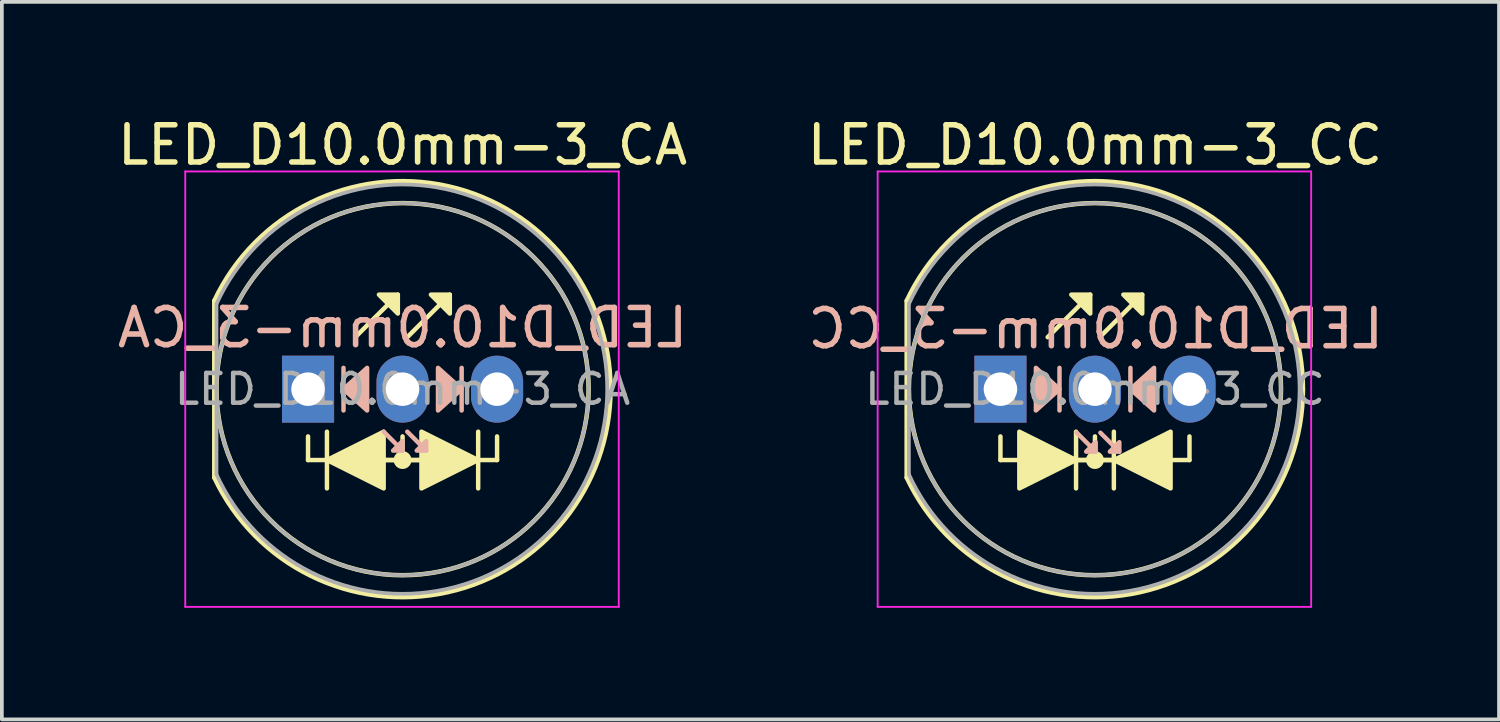
<source format=kicad_pcb>
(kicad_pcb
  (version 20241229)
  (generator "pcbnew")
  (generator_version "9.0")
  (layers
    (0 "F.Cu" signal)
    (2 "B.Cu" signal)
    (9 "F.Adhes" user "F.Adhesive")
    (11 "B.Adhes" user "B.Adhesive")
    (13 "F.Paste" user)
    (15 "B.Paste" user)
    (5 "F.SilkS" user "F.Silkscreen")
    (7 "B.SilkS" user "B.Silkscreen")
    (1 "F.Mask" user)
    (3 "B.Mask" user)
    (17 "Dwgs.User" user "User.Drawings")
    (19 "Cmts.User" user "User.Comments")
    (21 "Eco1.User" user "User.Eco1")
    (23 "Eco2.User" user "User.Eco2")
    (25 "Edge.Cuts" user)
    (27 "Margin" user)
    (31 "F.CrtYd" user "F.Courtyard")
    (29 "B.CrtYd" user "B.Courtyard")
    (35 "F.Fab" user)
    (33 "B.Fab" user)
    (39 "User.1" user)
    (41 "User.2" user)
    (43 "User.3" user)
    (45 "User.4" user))
  (footprint "LED_D10.0mm-3_CA"
    (layer "F.Cu")
    (at 5.228 7.408)
    (property "Reference" "LED_D10.0mm-3_CA" (at 2.54 -6.56 0) (layer "F.SilkS") (effects (font (size 1 1) (thickness 0.15))))
    (fp_line (start -2.52 -2.376) (end -2.52 2.376) (stroke (width 0.12) (type solid)) (layer "F.SilkS"))
    (fp_line (start 0 1.905) (end 0 1.27) (stroke (width 0.12) (type solid)) (layer "F.SilkS"))
    (fp_line (start 0.508 1.143) (end 0.508 2.667) (stroke (width 0.12) (type solid)) (layer "F.SilkS"))
    (fp_line (start 0.508 1.905) (end 0 1.905) (stroke (width 0.12) (type solid)) (layer "F.SilkS"))
    (fp_line (start 1.27 -1.397) (end 2.413 -2.54) (stroke (width 0.12) (type solid)) (layer "F.SilkS"))
    (fp_line (start 2.032 1.905) (end 3.048 1.905) (stroke (width 0.12) (type solid)) (layer "F.SilkS"))
    (fp_line (start 2.54 1.905) (end 2.54 1.27) (stroke (width 0.12) (type solid)) (layer "F.SilkS"))
    (fp_line (start 2.667 -1.397) (end 3.81 -2.54) (stroke (width 0.12) (type solid)) (layer "F.SilkS"))
    (fp_line (start 3.048 1.905) (end 2.032 1.905) (stroke (width 0.12) (type solid)) (layer "F.SilkS"))
    (fp_line (start 4.572 1.905) (end 5.08 1.905) (stroke (width 0.12) (type solid)) (layer "F.SilkS"))
    (fp_line (start 4.572 2.667) (end 4.572 1.143) (stroke (width 0.12) (type solid)) (layer "F.SilkS"))
    (fp_line (start 5.08 1.905) (end 5.08 1.27) (stroke (width 0.12) (type solid)) (layer "F.SilkS"))
    (fp_arc (start -2.52 -2.375816) (mid 3.754794 -5.456407) (end 8.129998 -0.004741) (stroke (width 0.12) (type solid)) (layer "F.SilkS"))
    (fp_arc (start 8.129998 0.004741) (mid 3.754794 5.456407) (end -2.52 2.375816) (stroke (width 0.12) (type solid)) (layer "F.SilkS"))
    (fp_circle (center 2.54 0) (end 7.54 0) (stroke (width 0.12) (type solid)) (fill no) (layer "F.SilkS"))
    (fp_circle (center 2.54 1.905) (end 2.72 1.905) (stroke (width 0.12) (type solid)) (fill yes) (layer "F.SilkS"))
    (fp_poly (pts (xy 2.032 2.667) (xy 0.508 1.905) (xy 2.032 1.143)) (stroke (width 0.12) (type solid)) (fill yes) (layer "F.SilkS"))
    (fp_poly (pts (xy 2.413 -2.032) (xy 1.905 -2.54) (xy 2.413 -2.54)) (stroke (width 0.12) (type solid)) (fill yes) (layer "F.SilkS"))
    (fp_poly (pts (xy 3.048 1.143) (xy 4.572 1.905) (xy 3.048 2.667)) (stroke (width 0.12) (type solid)) (fill yes) (layer "F.SilkS"))
    (fp_poly (pts (xy 3.81 -2.032) (xy 3.302 -2.54) (xy 3.81 -2.54)) (stroke (width 0.12) (type solid)) (fill yes) (layer "F.SilkS"))
    (fp_line (start 0.953 -0.572) (end 0.953 0.572) (stroke (width 0.12) (type solid)) (layer "B.SilkS"))
    (fp_line (start 2.54 1.651) (end 2.032 1.143) (stroke (width 0.12) (type solid)) (layer "B.SilkS"))
    (fp_line (start 3.175 1.651) (end 2.667 1.143) (stroke (width 0.12) (type solid)) (layer "B.SilkS"))
    (fp_line (start 4.128 0.572) (end 4.128 -0.572) (stroke (width 0.12) (type solid)) (layer "B.SilkS"))
    (fp_poly (pts (xy 1.587 0.572) (xy 0.953 0) (xy 1.587 -0.572)) (stroke (width 0.12) (type solid)) (fill yes) (layer "B.SilkS"))
    (fp_poly (pts (xy 2.54 1.397) (xy 2.286 1.651) (xy 2.54 1.651)) (stroke (width 0.12) (type solid)) (fill yes) (layer "B.SilkS"))
    (fp_poly (pts (xy 3.175 1.397) (xy 2.921 1.651) (xy 3.175 1.651)) (stroke (width 0.12) (type solid)) (fill yes) (layer "B.SilkS"))
    (fp_poly (pts (xy 3.493 0.572) (xy 4.128 0) (xy 3.493 -0.572)) (stroke (width 0.12) (type solid)) (fill yes) (layer "B.SilkS"))
    (fp_line (start -3.3 -5.85) (end -3.3 5.85) (stroke (width 0.05) (type solid)) (layer "F.CrtYd"))
    (fp_line (start -3.3 5.85) (end 8.35 5.85) (stroke (width 0.05) (type solid)) (layer "F.CrtYd"))
    (fp_line (start 8.35 -5.85) (end -3.3 -5.85) (stroke (width 0.05) (type solid)) (layer "F.CrtYd"))
    (fp_line (start 8.35 5.85) (end 8.35 -5.85) (stroke (width 0.05) (type solid)) (layer "F.CrtYd"))
    (fp_line (start -2.46 -2.291) (end -2.46 2.291) (stroke (width 0.1) (type solid)) (layer "F.Fab"))
    (fp_arc (start -2.46 -2.291288) (mid 8.04 0.001918) (end -2.461597 2.2878) (stroke (width 0.1) (type solid)) (layer "F.Fab"))
    (fp_circle (center 2.54 0) (end 7.54 0) (stroke (width 0.1) (type solid)) (fill no) (layer "F.Fab"))
    (fp_text user "${REFERENCE}" (at 2.54 -1.651 0) (layer "B.SilkS") (effects (font (size 1 1) (thickness 0.15)) (justify mirror)))
    (fp_text user "${REFERENCE}" (at 2.54 0 0) (layer "F.Fab") (effects (font (size 0.8 0.8) (thickness 0.12))))
    (pad "1" thru_hole rect (at 0 0) (size 1.4 1.8) (drill 0.9) (layers "*.Cu" "*.Mask"))
    (pad "2" thru_hole oval (at 2.54 0) (size 1.4 1.8) (drill 0.9) (layers "*.Cu" "*.Mask"))
    (pad "3" thru_hole oval (at 5.08 0) (size 1.4 1.8) (drill 0.9) (layers "*.Cu" "*.Mask")))
  (footprint "LED_D10.0mm-3_CC"
    (layer "F.Cu")
    (at 23.835 7.408)
    (property "Reference" "LED_D10.0mm-3_CC" (at 2.54 -6.56 0) (layer "F.SilkS") (effects (font (size 1 1) (thickness 0.15))))
    (fp_line (start -2.52 -2.376) (end -2.52 2.376) (stroke (width 0.12) (type solid)) (layer "F.SilkS"))
    (fp_line (start 0 1.905) (end 0 1.27) (stroke (width 0.12) (type solid)) (layer "F.SilkS"))
    (fp_line (start 0.508 1.905) (end 0 1.905) (stroke (width 0.12) (type solid)) (layer "F.SilkS"))
    (fp_line (start 1.27 -1.397) (end 2.413 -2.54) (stroke (width 0.12) (type solid)) (layer "F.SilkS"))
    (fp_line (start 2.032 1.905) (end 3.048 1.905) (stroke (width 0.12) (type solid)) (layer "F.SilkS"))
    (fp_line (start 2.032 2.667) (end 2.032 1.143) (stroke (width 0.12) (type solid)) (layer "F.SilkS"))
    (fp_line (start 2.54 1.905) (end 2.54 1.27) (stroke (width 0.12) (type solid)) (layer "F.SilkS"))
    (fp_line (start 2.667 -1.397) (end 3.81 -2.54) (stroke (width 0.12) (type solid)) (layer "F.SilkS"))
    (fp_line (start 3.048 1.143) (end 3.048 2.667) (stroke (width 0.12) (type solid)) (layer "F.SilkS"))
    (fp_line (start 3.048 1.905) (end 2.032 1.905) (stroke (width 0.12) (type solid)) (layer "F.SilkS"))
    (fp_line (start 4.572 1.905) (end 5.08 1.905) (stroke (width 0.12) (type solid)) (layer "F.SilkS"))
    (fp_line (start 5.08 1.905) (end 5.08 1.27) (stroke (width 0.12) (type solid)) (layer "F.SilkS"))
    (fp_arc (start -2.52 -2.375816) (mid 3.754794 -5.456407) (end 8.129998 -0.004741) (stroke (width 0.12) (type solid)) (layer "F.SilkS"))
    (fp_arc (start 8.129998 0.004741) (mid 3.754794 5.456407) (end -2.52 2.375816) (stroke (width 0.12) (type solid)) (layer "F.SilkS"))
    (fp_circle (center 2.54 0) (end 7.54 0) (stroke (width 0.12) (type solid)) (fill no) (layer "F.SilkS"))
    (fp_circle (center 2.54 1.905) (end 2.72 1.905) (stroke (width 0.12) (type solid)) (fill yes) (layer "F.SilkS"))
    (fp_poly (pts (xy 0.508 1.143) (xy 2.032 1.905) (xy 0.508 2.667)) (stroke (width 0.12) (type solid)) (fill yes) (layer "F.SilkS"))
    (fp_poly (pts (xy 2.413 -2.032) (xy 1.905 -2.54) (xy 2.413 -2.54)) (stroke (width 0.12) (type solid)) (fill yes) (layer "F.SilkS"))
    (fp_poly (pts (xy 3.81 -2.032) (xy 3.302 -2.54) (xy 3.81 -2.54)) (stroke (width 0.12) (type solid)) (fill yes) (layer "F.SilkS"))
    (fp_poly (pts (xy 4.572 2.667) (xy 3.048 1.905) (xy 4.572 1.143)) (stroke (width 0.12) (type solid)) (fill yes) (layer "F.SilkS"))
    (fp_line (start 1.587 0.572) (end 1.587 -0.572) (stroke (width 0.12) (type solid)) (layer "B.SilkS"))
    (fp_line (start 2.559 1.679) (end 2.051 1.171) (stroke (width 0.12) (type solid)) (layer "B.SilkS"))
    (fp_line (start 3.194 1.679) (end 2.686 1.171) (stroke (width 0.12) (type solid)) (layer "B.SilkS"))
    (fp_line (start 3.493 -0.572) (end 3.493 0.572) (stroke (width 0.12) (type solid)) (layer "B.SilkS"))
    (fp_poly (pts (xy 0.953 0.572) (xy 1.587 0) (xy 0.953 -0.572)) (stroke (width 0.12) (type solid)) (fill yes) (layer "B.SilkS"))
    (fp_poly (pts (xy 2.559 1.425) (xy 2.305 1.679) (xy 2.559 1.679)) (stroke (width 0.12) (type solid)) (fill yes) (layer "B.SilkS"))
    (fp_poly (pts (xy 3.194 1.425) (xy 2.94 1.679) (xy 3.194 1.679)) (stroke (width 0.12) (type solid)) (fill yes) (layer "B.SilkS"))
    (fp_poly (pts (xy 4.128 0.572) (xy 3.493 0) (xy 4.128 -0.572)) (stroke (width 0.12) (type solid)) (fill yes) (layer "B.SilkS"))
    (fp_line (start -3.3 -5.85) (end -3.3 5.85) (stroke (width 0.05) (type solid)) (layer "F.CrtYd"))
    (fp_line (start -3.3 5.85) (end 8.35 5.85) (stroke (width 0.05) (type solid)) (layer "F.CrtYd"))
    (fp_line (start 8.35 -5.85) (end -3.3 -5.85) (stroke (width 0.05) (type solid)) (layer "F.CrtYd"))
    (fp_line (start 8.35 5.85) (end 8.35 -5.85) (stroke (width 0.05) (type solid)) (layer "F.CrtYd"))
    (fp_line (start -2.46 -2.291) (end -2.46 2.291) (stroke (width 0.1) (type solid)) (layer "F.Fab"))
    (fp_arc (start -2.46 -2.291288) (mid 8.04 0.001918) (end -2.461597 2.2878) (stroke (width 0.1) (type solid)) (layer "F.Fab"))
    (fp_circle (center 2.54 0) (end 7.54 0) (stroke (width 0.1) (type solid)) (fill no) (layer "F.Fab"))
    (fp_text user "${REFERENCE}" (at 2.559 -1.623 0) (layer "B.SilkS") (effects (font (size 1 1) (thickness 0.15)) (justify mirror)))
    (fp_text user "${REFERENCE}" (at 2.54 0 0) (layer "F.Fab") (effects (font (size 0.8 0.8) (thickness 0.12))))
    (pad "1" thru_hole rect (at 0 0) (size 1.4 1.8) (drill 0.9) (layers "*.Cu" "*.Mask"))
    (pad "2" thru_hole oval (at 2.54 0) (size 1.4 1.8) (drill 0.9) (layers "*.Cu" "*.Mask"))
    (pad "3" thru_hole oval (at 5.08 0) (size 1.4 1.8) (drill 0.9) (layers "*.Cu" "*.Mask")))
  (gr_rect
    (start -3 -3)
    (end 37.233 16.283)
    (stroke (width 0.1) (type default))
    (fill no)
    (layer "Edge.Cuts")))
</source>
